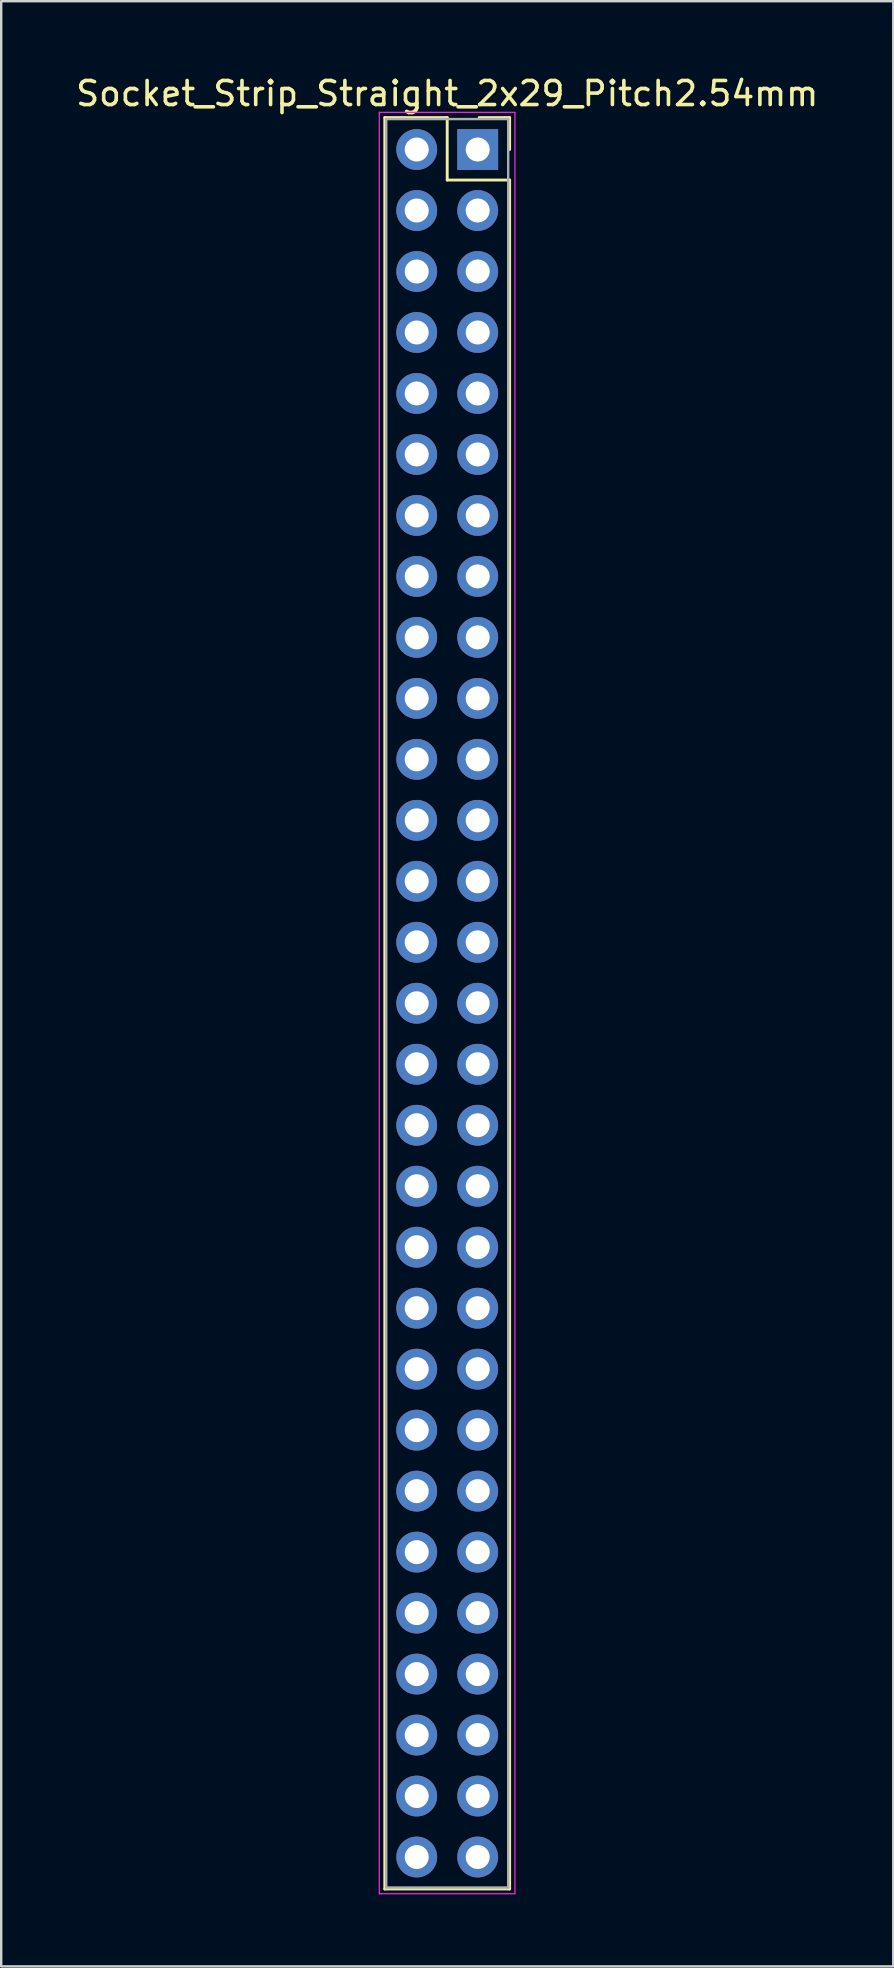
<source format=kicad_pcb>
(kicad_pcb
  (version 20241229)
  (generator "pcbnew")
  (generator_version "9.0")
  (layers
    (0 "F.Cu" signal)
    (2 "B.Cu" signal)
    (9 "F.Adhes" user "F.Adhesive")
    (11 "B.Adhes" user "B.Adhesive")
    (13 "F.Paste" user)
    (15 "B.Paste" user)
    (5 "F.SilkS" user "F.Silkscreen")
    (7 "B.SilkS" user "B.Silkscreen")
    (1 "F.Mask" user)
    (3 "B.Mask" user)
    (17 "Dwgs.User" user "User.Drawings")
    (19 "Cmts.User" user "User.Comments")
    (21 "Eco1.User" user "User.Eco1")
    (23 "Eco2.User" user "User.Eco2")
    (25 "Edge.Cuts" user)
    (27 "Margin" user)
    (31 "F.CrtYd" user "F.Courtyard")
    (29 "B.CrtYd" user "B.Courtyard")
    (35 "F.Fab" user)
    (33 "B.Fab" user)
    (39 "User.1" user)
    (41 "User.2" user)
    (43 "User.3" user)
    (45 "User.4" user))
  (footprint "Socket_Strip_Straight_2x29_Pitch2.54mm"
    (layer "F.Cu")
    (at 16.847 3.178)
    (property "Reference" "Socket_Strip_Straight_2x29_Pitch2.54mm" (at -1.27 -2.33 0) (layer "F.SilkS") (effects (font (size 1 1) (thickness 0.15))))
    (attr through_hole)
    (fp_line (start -3.87 -1.33) (end -1.27 -1.33) (stroke (width 0.12) (type solid)) (layer "F.SilkS"))
    (fp_line (start -3.87 72.45) (end -3.87 -1.33) (stroke (width 0.12) (type solid)) (layer "F.SilkS"))
    (fp_line (start -1.27 -1.33) (end -1.27 1.27) (stroke (width 0.12) (type solid)) (layer "F.SilkS"))
    (fp_line (start -1.27 1.27) (end 1.33 1.27) (stroke (width 0.12) (type solid)) (layer "F.SilkS"))
    (fp_line (start 1.33 -1.33) (end 0.06 -1.33) (stroke (width 0.12) (type solid)) (layer "F.SilkS"))
    (fp_line (start 1.33 0) (end 1.33 -1.33) (stroke (width 0.12) (type solid)) (layer "F.SilkS"))
    (fp_line (start 1.33 1.27) (end 1.33 72.45) (stroke (width 0.12) (type solid)) (layer "F.SilkS"))
    (fp_line (start 1.33 72.45) (end -3.87 72.45) (stroke (width 0.12) (type solid)) (layer "F.SilkS"))
    (fp_line (start -4.1 -1.55) (end -4.1 72.65) (stroke (width 0.05) (type solid)) (layer "F.CrtYd"))
    (fp_line (start -4.1 72.65) (end 1.55 72.65) (stroke (width 0.05) (type solid)) (layer "F.CrtYd"))
    (fp_line (start 1.55 -1.55) (end -4.1 -1.55) (stroke (width 0.05) (type solid)) (layer "F.CrtYd"))
    (fp_line (start 1.55 72.65) (end 1.55 -1.55) (stroke (width 0.05) (type solid)) (layer "F.CrtYd"))
    (fp_line (start -3.81 -1.27) (end -3.81 72.39) (stroke (width 0.1) (type solid)) (layer "F.Fab"))
    (fp_line (start -3.81 72.39) (end 1.27 72.39) (stroke (width 0.1) (type solid)) (layer "F.Fab"))
    (fp_line (start 1.27 -1.27) (end -3.81 -1.27) (stroke (width 0.1) (type solid)) (layer "F.Fab"))
    (fp_line (start 1.27 72.39) (end 1.27 -1.27) (stroke (width 0.1) (type solid)) (layer "F.Fab"))
    (pad "1" thru_hole rect (at 0 0) (size 1.7 1.7) (drill 1) (layers "*.Cu" "*.Mask"))
    (pad "2" thru_hole oval (at -2.54 0) (size 1.7 1.7) (drill 1) (layers "*.Cu" "*.Mask"))
    (pad "3" thru_hole oval (at 0 2.54) (size 1.7 1.7) (drill 1) (layers "*.Cu" "*.Mask"))
    (pad "4" thru_hole oval (at -2.54 2.54) (size 1.7 1.7) (drill 1) (layers "*.Cu" "*.Mask"))
    (pad "5" thru_hole oval (at 0 5.08) (size 1.7 1.7) (drill 1) (layers "*.Cu" "*.Mask"))
    (pad "6" thru_hole oval (at -2.54 5.08) (size 1.7 1.7) (drill 1) (layers "*.Cu" "*.Mask"))
    (pad "7" thru_hole oval (at 0 7.62) (size 1.7 1.7) (drill 1) (layers "*.Cu" "*.Mask"))
    (pad "8" thru_hole oval (at -2.54 7.62) (size 1.7 1.7) (drill 1) (layers "*.Cu" "*.Mask"))
    (pad "9" thru_hole oval (at 0 10.16) (size 1.7 1.7) (drill 1) (layers "*.Cu" "*.Mask"))
    (pad "10" thru_hole oval (at -2.54 10.16) (size 1.7 1.7) (drill 1) (layers "*.Cu" "*.Mask"))
    (pad "11" thru_hole oval (at 0 12.7) (size 1.7 1.7) (drill 1) (layers "*.Cu" "*.Mask"))
    (pad "12" thru_hole oval (at -2.54 12.7) (size 1.7 1.7) (drill 1) (layers "*.Cu" "*.Mask"))
    (pad "13" thru_hole oval (at 0 15.24) (size 1.7 1.7) (drill 1) (layers "*.Cu" "*.Mask"))
    (pad "14" thru_hole oval (at -2.54 15.24) (size 1.7 1.7) (drill 1) (layers "*.Cu" "*.Mask"))
    (pad "15" thru_hole oval (at 0 17.78) (size 1.7 1.7) (drill 1) (layers "*.Cu" "*.Mask"))
    (pad "16" thru_hole oval (at -2.54 17.78) (size 1.7 1.7) (drill 1) (layers "*.Cu" "*.Mask"))
    (pad "17" thru_hole oval (at 0 20.32) (size 1.7 1.7) (drill 1) (layers "*.Cu" "*.Mask"))
    (pad "18" thru_hole oval (at -2.54 20.32) (size 1.7 1.7) (drill 1) (layers "*.Cu" "*.Mask"))
    (pad "19" thru_hole oval (at 0 22.86) (size 1.7 1.7) (drill 1) (layers "*.Cu" "*.Mask"))
    (pad "20" thru_hole oval (at -2.54 22.86) (size 1.7 1.7) (drill 1) (layers "*.Cu" "*.Mask"))
    (pad "21" thru_hole oval (at 0 25.4) (size 1.7 1.7) (drill 1) (layers "*.Cu" "*.Mask"))
    (pad "22" thru_hole oval (at -2.54 25.4) (size 1.7 1.7) (drill 1) (layers "*.Cu" "*.Mask"))
    (pad "23" thru_hole oval (at 0 27.94) (size 1.7 1.7) (drill 1) (layers "*.Cu" "*.Mask"))
    (pad "24" thru_hole oval (at -2.54 27.94) (size 1.7 1.7) (drill 1) (layers "*.Cu" "*.Mask"))
    (pad "25" thru_hole oval (at 0 30.48) (size 1.7 1.7) (drill 1) (layers "*.Cu" "*.Mask"))
    (pad "26" thru_hole oval (at -2.54 30.48) (size 1.7 1.7) (drill 1) (layers "*.Cu" "*.Mask"))
    (pad "27" thru_hole oval (at 0 33.02) (size 1.7 1.7) (drill 1) (layers "*.Cu" "*.Mask"))
    (pad "28" thru_hole oval (at -2.54 33.02) (size 1.7 1.7) (drill 1) (layers "*.Cu" "*.Mask"))
    (pad "29" thru_hole oval (at 0 35.56) (size 1.7 1.7) (drill 1) (layers "*.Cu" "*.Mask"))
    (pad "30" thru_hole oval (at -2.54 35.56) (size 1.7 1.7) (drill 1) (layers "*.Cu" "*.Mask"))
    (pad "31" thru_hole oval (at 0 38.1) (size 1.7 1.7) (drill 1) (layers "*.Cu" "*.Mask"))
    (pad "32" thru_hole oval (at -2.54 38.1) (size 1.7 1.7) (drill 1) (layers "*.Cu" "*.Mask"))
    (pad "33" thru_hole oval (at 0 40.64) (size 1.7 1.7) (drill 1) (layers "*.Cu" "*.Mask"))
    (pad "34" thru_hole oval (at -2.54 40.64) (size 1.7 1.7) (drill 1) (layers "*.Cu" "*.Mask"))
    (pad "35" thru_hole oval (at 0 43.18) (size 1.7 1.7) (drill 1) (layers "*.Cu" "*.Mask"))
    (pad "36" thru_hole oval (at -2.54 43.18) (size 1.7 1.7) (drill 1) (layers "*.Cu" "*.Mask"))
    (pad "37" thru_hole oval (at 0 45.72) (size 1.7 1.7) (drill 1) (layers "*.Cu" "*.Mask"))
    (pad "38" thru_hole oval (at -2.54 45.72) (size 1.7 1.7) (drill 1) (layers "*.Cu" "*.Mask"))
    (pad "39" thru_hole oval (at 0 48.26) (size 1.7 1.7) (drill 1) (layers "*.Cu" "*.Mask"))
    (pad "40" thru_hole oval (at -2.54 48.26) (size 1.7 1.7) (drill 1) (layers "*.Cu" "*.Mask"))
    (pad "41" thru_hole oval (at 0 50.8) (size 1.7 1.7) (drill 1) (layers "*.Cu" "*.Mask"))
    (pad "42" thru_hole oval (at -2.54 50.8) (size 1.7 1.7) (drill 1) (layers "*.Cu" "*.Mask"))
    (pad "43" thru_hole oval (at 0 53.34) (size 1.7 1.7) (drill 1) (layers "*.Cu" "*.Mask"))
    (pad "44" thru_hole oval (at -2.54 53.34) (size 1.7 1.7) (drill 1) (layers "*.Cu" "*.Mask"))
    (pad "45" thru_hole oval (at 0 55.88) (size 1.7 1.7) (drill 1) (layers "*.Cu" "*.Mask"))
    (pad "46" thru_hole oval (at -2.54 55.88) (size 1.7 1.7) (drill 1) (layers "*.Cu" "*.Mask"))
    (pad "47" thru_hole oval (at 0 58.42) (size 1.7 1.7) (drill 1) (layers "*.Cu" "*.Mask"))
    (pad "48" thru_hole oval (at -2.54 58.42) (size 1.7 1.7) (drill 1) (layers "*.Cu" "*.Mask"))
    (pad "49" thru_hole oval (at 0 60.96) (size 1.7 1.7) (drill 1) (layers "*.Cu" "*.Mask"))
    (pad "50" thru_hole oval (at -2.54 60.96) (size 1.7 1.7) (drill 1) (layers "*.Cu" "*.Mask"))
    (pad "51" thru_hole oval (at 0 63.5) (size 1.7 1.7) (drill 1) (layers "*.Cu" "*.Mask"))
    (pad "52" thru_hole oval (at -2.54 63.5) (size 1.7 1.7) (drill 1) (layers "*.Cu" "*.Mask"))
    (pad "53" thru_hole oval (at 0 66.04) (size 1.7 1.7) (drill 1) (layers "*.Cu" "*.Mask"))
    (pad "54" thru_hole oval (at -2.54 66.04) (size 1.7 1.7) (drill 1) (layers "*.Cu" "*.Mask"))
    (pad "55" thru_hole oval (at 0 68.58) (size 1.7 1.7) (drill 1) (layers "*.Cu" "*.Mask"))
    (pad "56" thru_hole oval (at -2.54 68.58) (size 1.7 1.7) (drill 1) (layers "*.Cu" "*.Mask"))
    (pad "57" thru_hole oval (at 0 71.12) (size 1.7 1.7) (drill 1) (layers "*.Cu" "*.Mask"))
    (pad "58" thru_hole oval (at -2.54 71.12) (size 1.7 1.7) (drill 1) (layers "*.Cu" "*.Mask")))
  (gr_rect
    (start -3 -3)
    (end 34.155 78.853)
    (stroke (width 0.1) (type default))
    (fill no)
    (layer "Edge.Cuts")))
</source>
